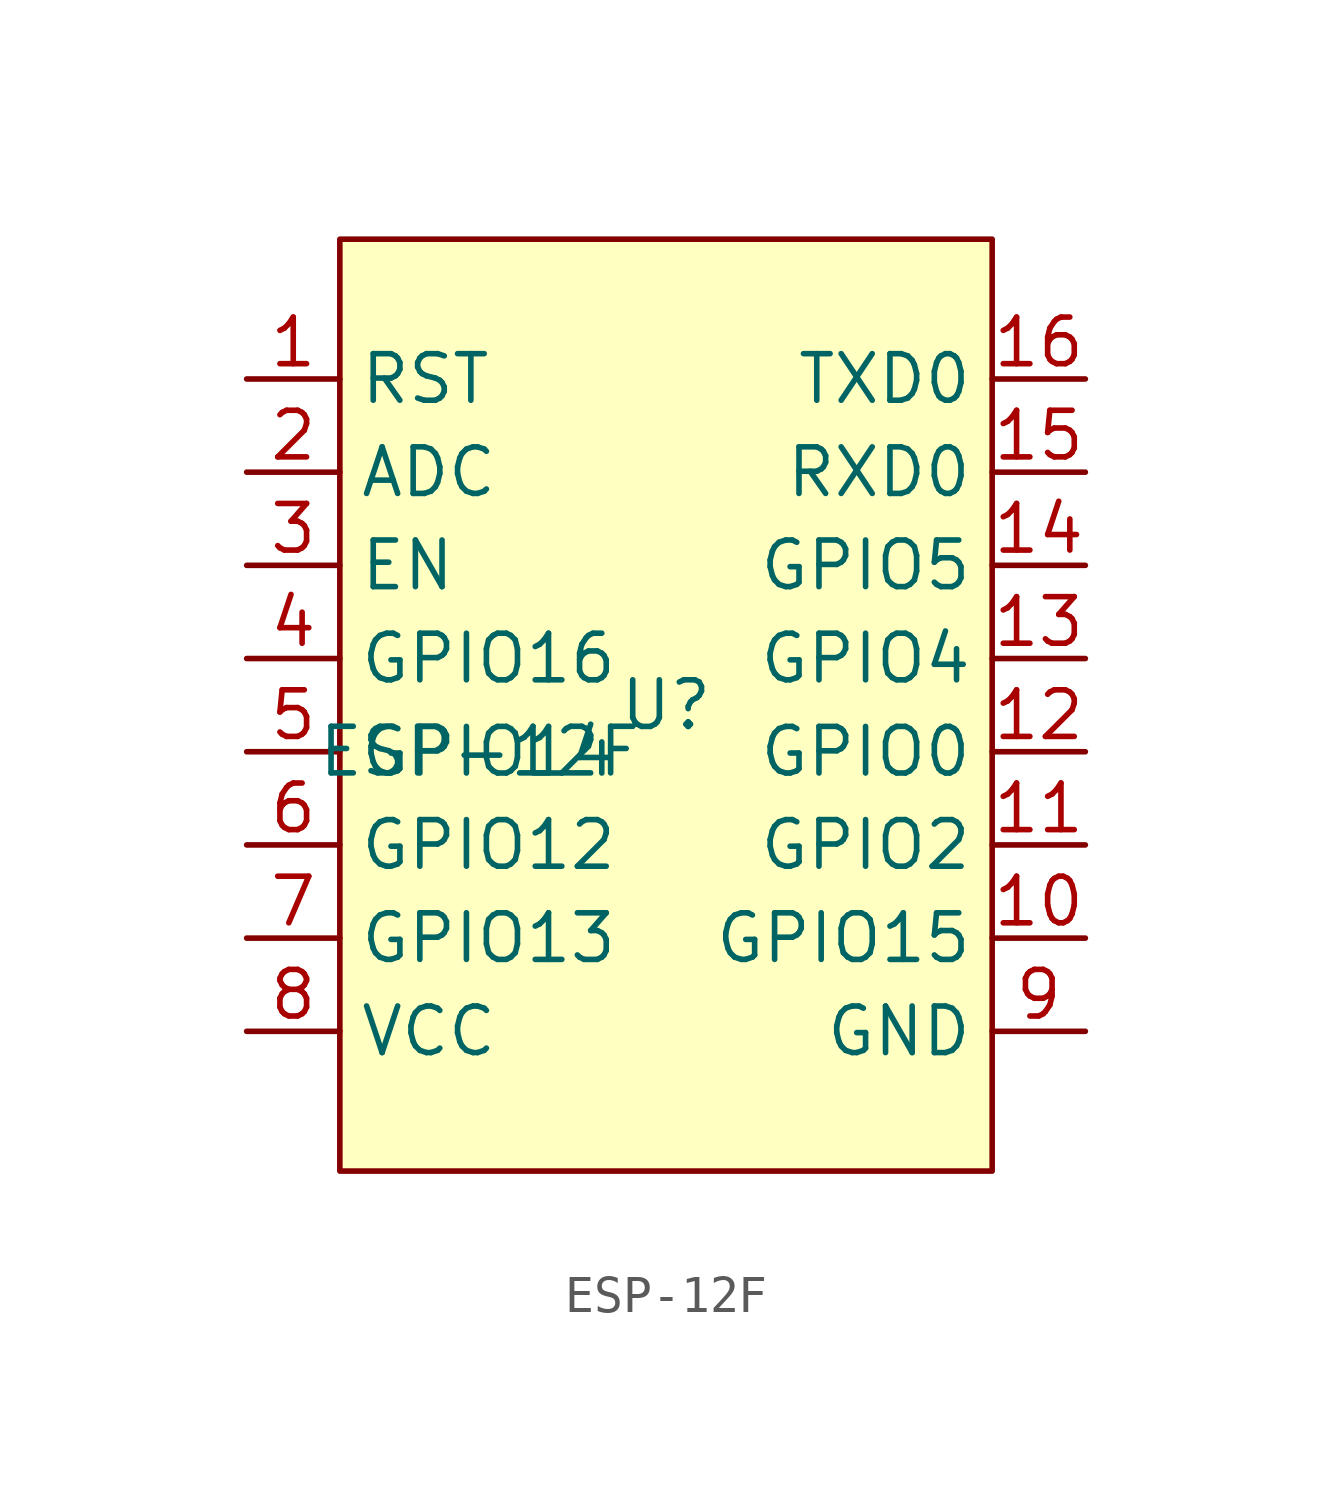
<source format=kicad_sym>
(kicad_symbol_lib
  (version 20220914)
  (generator kicad_symbol_editor)
  (symbol "ESP-12F"
    (property "Reference" "U"
      (at 0 0 0)
      (effects (font (size 1.27 1.27))))
    (property "Value" "ESP-12F"
      (at -5.077 -1.267 0)
      (effects (font (size 1.27 1.27))))
    (symbol "ESP-12F_1_1"
      (rectangle (start -8.89 12.7) (end 8.89 -12.7) (stroke (width 0) (type default)) (fill (type background)))
      (pin input line (at -11.43 8.89 0) (length 2.54) (name "RST" (effects (font (size 1.27 1.27)))) (number "1" (effects (font (size 1.27 1.27)))))
      (pin bidirectional line (at 11.43 -6.35 180) (length 2.54) (name "GPIO15" (effects (font (size 1.27 1.27)))) (number "10" (effects (font (size 1.27 1.27)))))
      (pin bidirectional line (at 11.43 -3.81 180) (length 2.54) (name "GPIO2" (effects (font (size 1.27 1.27)))) (number "11" (effects (font (size 1.27 1.27)))))
      (pin bidirectional line (at 11.43 -1.27 180) (length 2.54) (name "GPIO0" (effects (font (size 1.27 1.27)))) (number "12" (effects (font (size 1.27 1.27)))))
      (pin bidirectional line (at 11.43 1.27 180) (length 2.54) (name "GPIO4" (effects (font (size 1.27 1.27)))) (number "13" (effects (font (size 1.27 1.27)))))
      (pin bidirectional line (at 11.43 3.81 180) (length 2.54) (name "GPIO5" (effects (font (size 1.27 1.27)))) (number "14" (effects (font (size 1.27 1.27)))))
      (pin input line (at 11.43 6.35 180) (length 2.54) (name "RXD0" (effects (font (size 1.27 1.27)))) (number "15" (effects (font (size 1.27 1.27)))))
      (pin output line (at 11.43 8.89 180) (length 2.54) (name "TXD0" (effects (font (size 1.27 1.27)))) (number "16" (effects (font (size 1.27 1.27)))))
      (pin input line (at -11.43 6.35 0) (length 2.54) (name "ADC" (effects (font (size 1.27 1.27)))) (number "2" (effects (font (size 1.27 1.27)))))
      (pin input line (at -11.43 3.81 0) (length 2.54) (name "EN" (effects (font (size 1.27 1.27)))) (number "3" (effects (font (size 1.27 1.27)))))
      (pin bidirectional line (at -11.43 1.27 0) (length 2.54) (name "GPIO16" (effects (font (size 1.27 1.27)))) (number "4" (effects (font (size 1.27 1.27)))))
      (pin bidirectional line (at -11.43 -1.27 0) (length 2.54) (name "GPIO14" (effects (font (size 1.27 1.27)))) (number "5" (effects (font (size 1.27 1.27)))))
      (pin bidirectional line (at -11.43 -3.81 0) (length 2.54) (name "GPIO12" (effects (font (size 1.27 1.27)))) (number "6" (effects (font (size 1.27 1.27)))))
      (pin bidirectional line (at -11.43 -6.35 0) (length 2.54) (name "GPIO13" (effects (font (size 1.27 1.27)))) (number "7" (effects (font (size 1.27 1.27)))))
      (pin power_in line (at -11.43 -8.89 0) (length 2.54) (name "VCC" (effects (font (size 1.27 1.27)))) (number "8" (effects (font (size 1.27 1.27)))))
      (pin power_in line (at 11.43 -8.89 180) (length 2.54) (name "GND" (effects (font (size 1.27 1.27)))) (number "9" (effects (font (size 1.27 1.27))))))))
</source>
